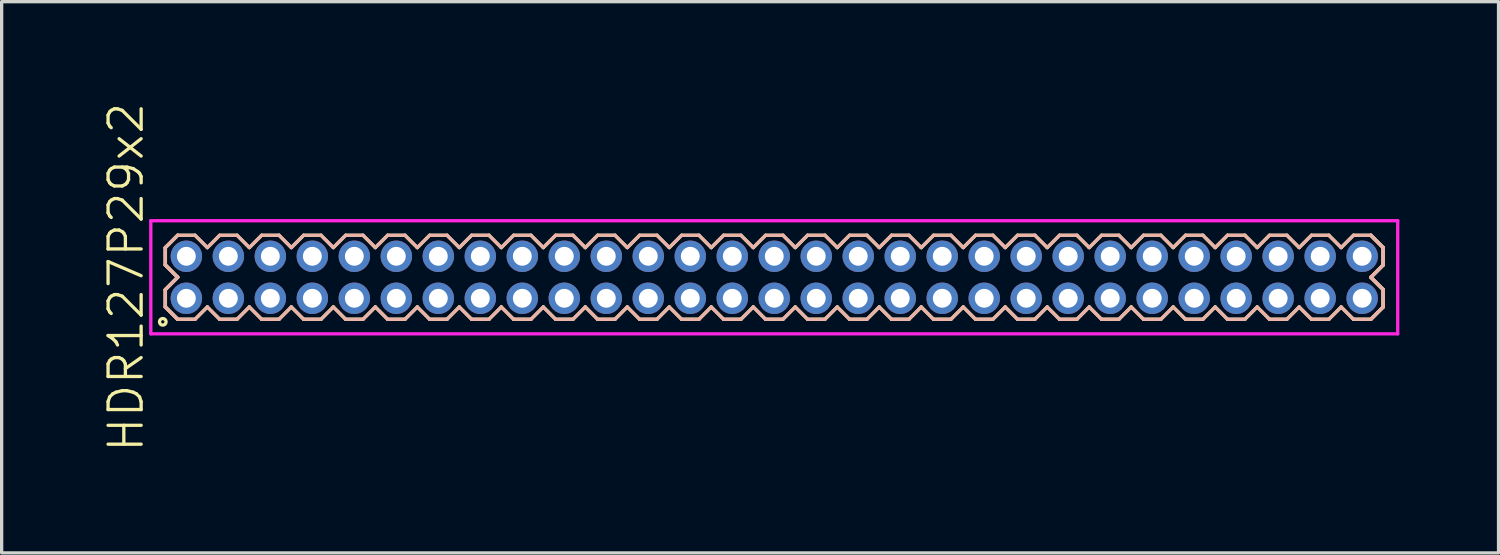
<source format=kicad_pcb>
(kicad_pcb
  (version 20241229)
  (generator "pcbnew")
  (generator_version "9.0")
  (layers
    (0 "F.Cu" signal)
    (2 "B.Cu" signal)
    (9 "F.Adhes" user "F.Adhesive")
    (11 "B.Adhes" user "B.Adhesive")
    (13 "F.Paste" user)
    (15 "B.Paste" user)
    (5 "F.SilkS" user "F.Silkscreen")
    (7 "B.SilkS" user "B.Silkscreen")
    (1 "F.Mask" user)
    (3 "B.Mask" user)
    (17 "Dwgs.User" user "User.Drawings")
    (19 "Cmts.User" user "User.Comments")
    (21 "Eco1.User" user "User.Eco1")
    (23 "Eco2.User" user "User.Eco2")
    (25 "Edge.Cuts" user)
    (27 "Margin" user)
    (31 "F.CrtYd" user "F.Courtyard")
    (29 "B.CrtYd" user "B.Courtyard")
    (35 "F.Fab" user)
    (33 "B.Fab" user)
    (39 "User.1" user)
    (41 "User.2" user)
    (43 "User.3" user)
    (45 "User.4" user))
  (footprint "HDR127P29x2"
    (layer "F.Cu")
    (at 20.366 5.336)
    (property "Reference" "HDR127P29x2" (at -19.605 0 90) (layer "F.SilkS") (effects (font (size 1 1) (thickness 0.1))))
    (attr through_hole)
    (fp_line (start -18.415 -0.898) (end -18.043 -1.27) (stroke (width 0.1) (type solid)) (layer "F.SilkS"))
    (fp_line (start -18.415 -0.898) (end -18.043 -1.27) (stroke (width 0.1) (type solid)) (layer "F.SilkS"))
    (fp_line (start -18.415 -0.372) (end -18.415 -0.898) (stroke (width 0.1) (type solid)) (layer "F.SilkS"))
    (fp_line (start -18.415 -0.372) (end -18.415 -0.898) (stroke (width 0.1) (type solid)) (layer "F.SilkS"))
    (fp_line (start -18.415 0.372) (end -18.043 0) (stroke (width 0.1) (type solid)) (layer "F.SilkS"))
    (fp_line (start -18.415 0.372) (end -18.043 0) (stroke (width 0.1) (type solid)) (layer "F.SilkS"))
    (fp_line (start -18.415 0.898) (end -18.415 0.372) (stroke (width 0.1) (type solid)) (layer "F.SilkS"))
    (fp_line (start -18.415 0.898) (end -18.415 0.372) (stroke (width 0.1) (type solid)) (layer "F.SilkS"))
    (fp_line (start -18.043 -1.27) (end -17.517 -1.27) (stroke (width 0.1) (type solid)) (layer "F.SilkS"))
    (fp_line (start -18.043 0) (end -18.415 -0.372) (stroke (width 0.1) (type solid)) (layer "F.SilkS"))
    (fp_line (start -18.043 0) (end -18.415 -0.372) (stroke (width 0.1) (type solid)) (layer "F.SilkS"))
    (fp_line (start -18.043 1.27) (end -18.415 0.898) (stroke (width 0.1) (type solid)) (layer "F.SilkS"))
    (fp_line (start -18.043 1.27) (end -18.415 0.898) (stroke (width 0.1) (type solid)) (layer "F.SilkS"))
    (fp_line (start -17.517 -1.27) (end -17.145 -0.898) (stroke (width 0.1) (type solid)) (layer "F.SilkS"))
    (fp_line (start -17.517 1.27) (end -18.043 1.27) (stroke (width 0.1) (type solid)) (layer "F.SilkS"))
    (fp_line (start -17.145 -0.898) (end -16.773 -1.27) (stroke (width 0.1) (type solid)) (layer "F.SilkS"))
    (fp_line (start -17.145 0.898) (end -17.517 1.27) (stroke (width 0.1) (type solid)) (layer "F.SilkS"))
    (fp_line (start -16.773 -1.27) (end -16.247 -1.27) (stroke (width 0.1) (type solid)) (layer "F.SilkS"))
    (fp_line (start -16.773 1.27) (end -17.145 0.898) (stroke (width 0.1) (type solid)) (layer "F.SilkS"))
    (fp_line (start -16.247 -1.27) (end -15.875 -0.898) (stroke (width 0.1) (type solid)) (layer "F.SilkS"))
    (fp_line (start -16.247 1.27) (end -16.773 1.27) (stroke (width 0.1) (type solid)) (layer "F.SilkS"))
    (fp_line (start -15.875 -0.898) (end -15.503 -1.27) (stroke (width 0.1) (type solid)) (layer "F.SilkS"))
    (fp_line (start -15.875 0.898) (end -16.247 1.27) (stroke (width 0.1) (type solid)) (layer "F.SilkS"))
    (fp_line (start -15.503 -1.27) (end -14.977 -1.27) (stroke (width 0.1) (type solid)) (layer "F.SilkS"))
    (fp_line (start -15.503 1.27) (end -15.875 0.898) (stroke (width 0.1) (type solid)) (layer "F.SilkS"))
    (fp_line (start -14.977 -1.27) (end -14.605 -0.898) (stroke (width 0.1) (type solid)) (layer "F.SilkS"))
    (fp_line (start -14.977 1.27) (end -15.503 1.27) (stroke (width 0.1) (type solid)) (layer "F.SilkS"))
    (fp_line (start -14.605 -0.898) (end -14.233 -1.27) (stroke (width 0.1) (type solid)) (layer "F.SilkS"))
    (fp_line (start -14.605 0.898) (end -14.977 1.27) (stroke (width 0.1) (type solid)) (layer "F.SilkS"))
    (fp_line (start -14.233 -1.27) (end -13.707 -1.27) (stroke (width 0.1) (type solid)) (layer "F.SilkS"))
    (fp_line (start -14.233 1.27) (end -14.605 0.898) (stroke (width 0.1) (type solid)) (layer "F.SilkS"))
    (fp_line (start -13.707 -1.27) (end -13.335 -0.898) (stroke (width 0.1) (type solid)) (layer "F.SilkS"))
    (fp_line (start -13.707 1.27) (end -14.233 1.27) (stroke (width 0.1) (type solid)) (layer "F.SilkS"))
    (fp_line (start -13.335 -0.898) (end -12.963 -1.27) (stroke (width 0.1) (type solid)) (layer "F.SilkS"))
    (fp_line (start -13.335 0.898) (end -13.707 1.27) (stroke (width 0.1) (type solid)) (layer "F.SilkS"))
    (fp_line (start -12.963 -1.27) (end -12.437 -1.27) (stroke (width 0.1) (type solid)) (layer "F.SilkS"))
    (fp_line (start -12.963 1.27) (end -13.335 0.898) (stroke (width 0.1) (type solid)) (layer "F.SilkS"))
    (fp_line (start -12.437 -1.27) (end -12.065 -0.898) (stroke (width 0.1) (type solid)) (layer "F.SilkS"))
    (fp_line (start -12.437 1.27) (end -12.963 1.27) (stroke (width 0.1) (type solid)) (layer "F.SilkS"))
    (fp_line (start -12.065 -0.898) (end -11.693 -1.27) (stroke (width 0.1) (type solid)) (layer "F.SilkS"))
    (fp_line (start -12.065 0.898) (end -12.437 1.27) (stroke (width 0.1) (type solid)) (layer "F.SilkS"))
    (fp_line (start -11.693 -1.27) (end -11.167 -1.27) (stroke (width 0.1) (type solid)) (layer "F.SilkS"))
    (fp_line (start -11.693 1.27) (end -12.065 0.898) (stroke (width 0.1) (type solid)) (layer "F.SilkS"))
    (fp_line (start -11.167 -1.27) (end -10.795 -0.898) (stroke (width 0.1) (type solid)) (layer "F.SilkS"))
    (fp_line (start -11.167 1.27) (end -11.693 1.27) (stroke (width 0.1) (type solid)) (layer "F.SilkS"))
    (fp_line (start -10.795 -0.898) (end -10.423 -1.27) (stroke (width 0.1) (type solid)) (layer "F.SilkS"))
    (fp_line (start -10.795 0.898) (end -11.167 1.27) (stroke (width 0.1) (type solid)) (layer "F.SilkS"))
    (fp_line (start -10.423 -1.27) (end -9.897 -1.27) (stroke (width 0.1) (type solid)) (layer "F.SilkS"))
    (fp_line (start -10.423 1.27) (end -10.795 0.898) (stroke (width 0.1) (type solid)) (layer "F.SilkS"))
    (fp_line (start -9.897 -1.27) (end -9.525 -0.898) (stroke (width 0.1) (type solid)) (layer "F.SilkS"))
    (fp_line (start -9.897 1.27) (end -10.423 1.27) (stroke (width 0.1) (type solid)) (layer "F.SilkS"))
    (fp_line (start -9.525 -0.898) (end -9.153 -1.27) (stroke (width 0.1) (type solid)) (layer "F.SilkS"))
    (fp_line (start -9.525 0.898) (end -9.897 1.27) (stroke (width 0.1) (type solid)) (layer "F.SilkS"))
    (fp_line (start -9.153 -1.27) (end -8.627 -1.27) (stroke (width 0.1) (type solid)) (layer "F.SilkS"))
    (fp_line (start -9.153 1.27) (end -9.525 0.898) (stroke (width 0.1) (type solid)) (layer "F.SilkS"))
    (fp_line (start -8.627 -1.27) (end -8.255 -0.898) (stroke (width 0.1) (type solid)) (layer "F.SilkS"))
    (fp_line (start -8.627 1.27) (end -9.153 1.27) (stroke (width 0.1) (type solid)) (layer "F.SilkS"))
    (fp_line (start -8.255 -0.898) (end -7.883 -1.27) (stroke (width 0.1) (type solid)) (layer "F.SilkS"))
    (fp_line (start -8.255 0.898) (end -8.627 1.27) (stroke (width 0.1) (type solid)) (layer "F.SilkS"))
    (fp_line (start -7.883 -1.27) (end -7.357 -1.27) (stroke (width 0.1) (type solid)) (layer "F.SilkS"))
    (fp_line (start -7.883 1.27) (end -8.255 0.898) (stroke (width 0.1) (type solid)) (layer "F.SilkS"))
    (fp_line (start -7.357 -1.27) (end -6.985 -0.898) (stroke (width 0.1) (type solid)) (layer "F.SilkS"))
    (fp_line (start -7.357 1.27) (end -7.883 1.27) (stroke (width 0.1) (type solid)) (layer "F.SilkS"))
    (fp_line (start -6.985 -0.898) (end -6.613 -1.27) (stroke (width 0.1) (type solid)) (layer "F.SilkS"))
    (fp_line (start -6.985 0.898) (end -7.357 1.27) (stroke (width 0.1) (type solid)) (layer "F.SilkS"))
    (fp_line (start -6.613 -1.27) (end -6.087 -1.27) (stroke (width 0.1) (type solid)) (layer "F.SilkS"))
    (fp_line (start -6.613 1.27) (end -6.985 0.898) (stroke (width 0.1) (type solid)) (layer "F.SilkS"))
    (fp_line (start -6.087 -1.27) (end -5.715 -0.898) (stroke (width 0.1) (type solid)) (layer "F.SilkS"))
    (fp_line (start -6.087 1.27) (end -6.613 1.27) (stroke (width 0.1) (type solid)) (layer "F.SilkS"))
    (fp_line (start -5.715 -0.898) (end -5.343 -1.27) (stroke (width 0.1) (type solid)) (layer "F.SilkS"))
    (fp_line (start -5.715 0.898) (end -6.087 1.27) (stroke (width 0.1) (type solid)) (layer "F.SilkS"))
    (fp_line (start -5.343 -1.27) (end -4.817 -1.27) (stroke (width 0.1) (type solid)) (layer "F.SilkS"))
    (fp_line (start -5.343 1.27) (end -5.715 0.898) (stroke (width 0.1) (type solid)) (layer "F.SilkS"))
    (fp_line (start -4.817 -1.27) (end -4.445 -0.898) (stroke (width 0.1) (type solid)) (layer "F.SilkS"))
    (fp_line (start -4.817 1.27) (end -5.343 1.27) (stroke (width 0.1) (type solid)) (layer "F.SilkS"))
    (fp_line (start -4.445 -0.898) (end -4.073 -1.27) (stroke (width 0.1) (type solid)) (layer "F.SilkS"))
    (fp_line (start -4.445 0.898) (end -4.817 1.27) (stroke (width 0.1) (type solid)) (layer "F.SilkS"))
    (fp_line (start -4.073 -1.27) (end -3.547 -1.27) (stroke (width 0.1) (type solid)) (layer "F.SilkS"))
    (fp_line (start -4.073 1.27) (end -4.445 0.898) (stroke (width 0.1) (type solid)) (layer "F.SilkS"))
    (fp_line (start -3.547 -1.27) (end -3.175 -0.898) (stroke (width 0.1) (type solid)) (layer "F.SilkS"))
    (fp_line (start -3.547 1.27) (end -4.073 1.27) (stroke (width 0.1) (type solid)) (layer "F.SilkS"))
    (fp_line (start -3.175 -0.898) (end -2.803 -1.27) (stroke (width 0.1) (type solid)) (layer "F.SilkS"))
    (fp_line (start -3.175 0.898) (end -3.547 1.27) (stroke (width 0.1) (type solid)) (layer "F.SilkS"))
    (fp_line (start -2.803 -1.27) (end -2.277 -1.27) (stroke (width 0.1) (type solid)) (layer "F.SilkS"))
    (fp_line (start -2.803 1.27) (end -3.175 0.898) (stroke (width 0.1) (type solid)) (layer "F.SilkS"))
    (fp_line (start -2.277 -1.27) (end -1.905 -0.898) (stroke (width 0.1) (type solid)) (layer "F.SilkS"))
    (fp_line (start -2.277 1.27) (end -2.803 1.27) (stroke (width 0.1) (type solid)) (layer "F.SilkS"))
    (fp_line (start -1.905 -0.898) (end -1.533 -1.27) (stroke (width 0.1) (type solid)) (layer "F.SilkS"))
    (fp_line (start -1.905 0.898) (end -2.277 1.27) (stroke (width 0.1) (type solid)) (layer "F.SilkS"))
    (fp_line (start -1.533 -1.27) (end -1.007 -1.27) (stroke (width 0.1) (type solid)) (layer "F.SilkS"))
    (fp_line (start -1.533 1.27) (end -1.905 0.898) (stroke (width 0.1) (type solid)) (layer "F.SilkS"))
    (fp_line (start -1.007 -1.27) (end -0.635 -0.898) (stroke (width 0.1) (type solid)) (layer "F.SilkS"))
    (fp_line (start -1.007 1.27) (end -1.533 1.27) (stroke (width 0.1) (type solid)) (layer "F.SilkS"))
    (fp_line (start -0.635 -0.898) (end -0.263 -1.27) (stroke (width 0.1) (type solid)) (layer "F.SilkS"))
    (fp_line (start -0.635 0.898) (end -1.007 1.27) (stroke (width 0.1) (type solid)) (layer "F.SilkS"))
    (fp_line (start -0.263 -1.27) (end 0.263 -1.27) (stroke (width 0.1) (type solid)) (layer "F.SilkS"))
    (fp_line (start -0.263 1.27) (end -0.635 0.898) (stroke (width 0.1) (type solid)) (layer "F.SilkS"))
    (fp_line (start 0.263 -1.27) (end 0.635 -0.898) (stroke (width 0.1) (type solid)) (layer "F.SilkS"))
    (fp_line (start 0.263 1.27) (end -0.263 1.27) (stroke (width 0.1) (type solid)) (layer "F.SilkS"))
    (fp_line (start 0.635 -0.898) (end 1.007 -1.27) (stroke (width 0.1) (type solid)) (layer "F.SilkS"))
    (fp_line (start 0.635 0.898) (end 0.263 1.27) (stroke (width 0.1) (type solid)) (layer "F.SilkS"))
    (fp_line (start 1.007 -1.27) (end 1.533 -1.27) (stroke (width 0.1) (type solid)) (layer "F.SilkS"))
    (fp_line (start 1.007 1.27) (end 0.635 0.898) (stroke (width 0.1) (type solid)) (layer "F.SilkS"))
    (fp_line (start 1.533 -1.27) (end 1.905 -0.898) (stroke (width 0.1) (type solid)) (layer "F.SilkS"))
    (fp_line (start 1.533 1.27) (end 1.007 1.27) (stroke (width 0.1) (type solid)) (layer "F.SilkS"))
    (fp_line (start 1.905 -0.898) (end 2.277 -1.27) (stroke (width 0.1) (type solid)) (layer "F.SilkS"))
    (fp_line (start 1.905 0.898) (end 1.533 1.27) (stroke (width 0.1) (type solid)) (layer "F.SilkS"))
    (fp_line (start 2.277 -1.27) (end 2.803 -1.27) (stroke (width 0.1) (type solid)) (layer "F.SilkS"))
    (fp_line (start 2.277 1.27) (end 1.905 0.898) (stroke (width 0.1) (type solid)) (layer "F.SilkS"))
    (fp_line (start 2.803 -1.27) (end 3.175 -0.898) (stroke (width 0.1) (type solid)) (layer "F.SilkS"))
    (fp_line (start 2.803 1.27) (end 2.277 1.27) (stroke (width 0.1) (type solid)) (layer "F.SilkS"))
    (fp_line (start 3.175 -0.898) (end 3.547 -1.27) (stroke (width 0.1) (type solid)) (layer "F.SilkS"))
    (fp_line (start 3.175 0.898) (end 2.803 1.27) (stroke (width 0.1) (type solid)) (layer "F.SilkS"))
    (fp_line (start 3.547 -1.27) (end 4.073 -1.27) (stroke (width 0.1) (type solid)) (layer "F.SilkS"))
    (fp_line (start 3.547 1.27) (end 3.175 0.898) (stroke (width 0.1) (type solid)) (layer "F.SilkS"))
    (fp_line (start 4.073 -1.27) (end 4.445 -0.898) (stroke (width 0.1) (type solid)) (layer "F.SilkS"))
    (fp_line (start 4.073 1.27) (end 3.547 1.27) (stroke (width 0.1) (type solid)) (layer "F.SilkS"))
    (fp_line (start 4.445 -0.898) (end 4.817 -1.27) (stroke (width 0.1) (type solid)) (layer "F.SilkS"))
    (fp_line (start 4.445 0.898) (end 4.073 1.27) (stroke (width 0.1) (type solid)) (layer "F.SilkS"))
    (fp_line (start 4.817 -1.27) (end 5.343 -1.27) (stroke (width 0.1) (type solid)) (layer "F.SilkS"))
    (fp_line (start 4.817 1.27) (end 4.445 0.898) (stroke (width 0.1) (type solid)) (layer "F.SilkS"))
    (fp_line (start 5.343 -1.27) (end 5.715 -0.898) (stroke (width 0.1) (type solid)) (layer "F.SilkS"))
    (fp_line (start 5.343 1.27) (end 4.817 1.27) (stroke (width 0.1) (type solid)) (layer "F.SilkS"))
    (fp_line (start 5.715 -0.898) (end 6.087 -1.27) (stroke (width 0.1) (type solid)) (layer "F.SilkS"))
    (fp_line (start 5.715 0.898) (end 5.343 1.27) (stroke (width 0.1) (type solid)) (layer "F.SilkS"))
    (fp_line (start 6.087 -1.27) (end 6.613 -1.27) (stroke (width 0.1) (type solid)) (layer "F.SilkS"))
    (fp_line (start 6.087 1.27) (end 5.715 0.898) (stroke (width 0.1) (type solid)) (layer "F.SilkS"))
    (fp_line (start 6.613 -1.27) (end 6.985 -0.898) (stroke (width 0.1) (type solid)) (layer "F.SilkS"))
    (fp_line (start 6.613 1.27) (end 6.087 1.27) (stroke (width 0.1) (type solid)) (layer "F.SilkS"))
    (fp_line (start 6.985 -0.898) (end 7.357 -1.27) (stroke (width 0.1) (type solid)) (layer "F.SilkS"))
    (fp_line (start 6.985 0.898) (end 6.613 1.27) (stroke (width 0.1) (type solid)) (layer "F.SilkS"))
    (fp_line (start 7.357 -1.27) (end 7.883 -1.27) (stroke (width 0.1) (type solid)) (layer "F.SilkS"))
    (fp_line (start 7.357 1.27) (end 6.985 0.898) (stroke (width 0.1) (type solid)) (layer "F.SilkS"))
    (fp_line (start 7.883 -1.27) (end 8.255 -0.898) (stroke (width 0.1) (type solid)) (layer "F.SilkS"))
    (fp_line (start 7.883 1.27) (end 7.357 1.27) (stroke (width 0.1) (type solid)) (layer "F.SilkS"))
    (fp_line (start 8.255 -0.898) (end 8.627 -1.27) (stroke (width 0.1) (type solid)) (layer "F.SilkS"))
    (fp_line (start 8.255 0.898) (end 7.883 1.27) (stroke (width 0.1) (type solid)) (layer "F.SilkS"))
    (fp_line (start 8.627 -1.27) (end 9.153 -1.27) (stroke (width 0.1) (type solid)) (layer "F.SilkS"))
    (fp_line (start 8.627 1.27) (end 8.255 0.898) (stroke (width 0.1) (type solid)) (layer "F.SilkS"))
    (fp_line (start 9.153 -1.27) (end 9.525 -0.898) (stroke (width 0.1) (type solid)) (layer "F.SilkS"))
    (fp_line (start 9.153 1.27) (end 8.627 1.27) (stroke (width 0.1) (type solid)) (layer "F.SilkS"))
    (fp_line (start 9.525 -0.898) (end 9.897 -1.27) (stroke (width 0.1) (type solid)) (layer "F.SilkS"))
    (fp_line (start 9.525 0.898) (end 9.153 1.27) (stroke (width 0.1) (type solid)) (layer "F.SilkS"))
    (fp_line (start 9.897 -1.27) (end 10.423 -1.27) (stroke (width 0.1) (type solid)) (layer "F.SilkS"))
    (fp_line (start 9.897 1.27) (end 9.525 0.898) (stroke (width 0.1) (type solid)) (layer "F.SilkS"))
    (fp_line (start 10.423 -1.27) (end 10.795 -0.898) (stroke (width 0.1) (type solid)) (layer "F.SilkS"))
    (fp_line (start 10.423 1.27) (end 9.897 1.27) (stroke (width 0.1) (type solid)) (layer "F.SilkS"))
    (fp_line (start 10.795 -0.898) (end 11.167 -1.27) (stroke (width 0.1) (type solid)) (layer "F.SilkS"))
    (fp_line (start 10.795 0.898) (end 10.423 1.27) (stroke (width 0.1) (type solid)) (layer "F.SilkS"))
    (fp_line (start 11.167 -1.27) (end 11.693 -1.27) (stroke (width 0.1) (type solid)) (layer "F.SilkS"))
    (fp_line (start 11.167 1.27) (end 10.795 0.898) (stroke (width 0.1) (type solid)) (layer "F.SilkS"))
    (fp_line (start 11.693 -1.27) (end 12.065 -0.898) (stroke (width 0.1) (type solid)) (layer "F.SilkS"))
    (fp_line (start 11.693 1.27) (end 11.167 1.27) (stroke (width 0.1) (type solid)) (layer "F.SilkS"))
    (fp_line (start 12.065 -0.898) (end 12.437 -1.27) (stroke (width 0.1) (type solid)) (layer "F.SilkS"))
    (fp_line (start 12.065 0.898) (end 11.693 1.27) (stroke (width 0.1) (type solid)) (layer "F.SilkS"))
    (fp_line (start 12.437 -1.27) (end 12.963 -1.27) (stroke (width 0.1) (type solid)) (layer "F.SilkS"))
    (fp_line (start 12.437 1.27) (end 12.065 0.898) (stroke (width 0.1) (type solid)) (layer "F.SilkS"))
    (fp_line (start 12.963 -1.27) (end 13.335 -0.898) (stroke (width 0.1) (type solid)) (layer "F.SilkS"))
    (fp_line (start 12.963 1.27) (end 12.437 1.27) (stroke (width 0.1) (type solid)) (layer "F.SilkS"))
    (fp_line (start 13.335 -0.898) (end 13.707 -1.27) (stroke (width 0.1) (type solid)) (layer "F.SilkS"))
    (fp_line (start 13.335 0.898) (end 12.963 1.27) (stroke (width 0.1) (type solid)) (layer "F.SilkS"))
    (fp_line (start 13.707 -1.27) (end 14.233 -1.27) (stroke (width 0.1) (type solid)) (layer "F.SilkS"))
    (fp_line (start 13.707 1.27) (end 13.335 0.898) (stroke (width 0.1) (type solid)) (layer "F.SilkS"))
    (fp_line (start 14.233 -1.27) (end 14.605 -0.898) (stroke (width 0.1) (type solid)) (layer "F.SilkS"))
    (fp_line (start 14.233 1.27) (end 13.707 1.27) (stroke (width 0.1) (type solid)) (layer "F.SilkS"))
    (fp_line (start 14.605 -0.898) (end 14.977 -1.27) (stroke (width 0.1) (type solid)) (layer "F.SilkS"))
    (fp_line (start 14.605 0.898) (end 14.233 1.27) (stroke (width 0.1) (type solid)) (layer "F.SilkS"))
    (fp_line (start 14.977 -1.27) (end 15.503 -1.27) (stroke (width 0.1) (type solid)) (layer "F.SilkS"))
    (fp_line (start 14.977 1.27) (end 14.605 0.898) (stroke (width 0.1) (type solid)) (layer "F.SilkS"))
    (fp_line (start 15.503 -1.27) (end 15.875 -0.898) (stroke (width 0.1) (type solid)) (layer "F.SilkS"))
    (fp_line (start 15.503 1.27) (end 14.977 1.27) (stroke (width 0.1) (type solid)) (layer "F.SilkS"))
    (fp_line (start 15.875 -0.898) (end 16.247 -1.27) (stroke (width 0.1) (type solid)) (layer "F.SilkS"))
    (fp_line (start 15.875 0.898) (end 15.503 1.27) (stroke (width 0.1) (type solid)) (layer "F.SilkS"))
    (fp_line (start 16.247 -1.27) (end 16.773 -1.27) (stroke (width 0.1) (type solid)) (layer "F.SilkS"))
    (fp_line (start 16.247 1.27) (end 15.875 0.898) (stroke (width 0.1) (type solid)) (layer "F.SilkS"))
    (fp_line (start 16.773 -1.27) (end 17.145 -0.898) (stroke (width 0.1) (type solid)) (layer "F.SilkS"))
    (fp_line (start 16.773 1.27) (end 16.247 1.27) (stroke (width 0.1) (type solid)) (layer "F.SilkS"))
    (fp_line (start 17.145 -0.898) (end 17.517 -1.27) (stroke (width 0.1) (type solid)) (layer "F.SilkS"))
    (fp_line (start 17.145 0.898) (end 16.773 1.27) (stroke (width 0.1) (type solid)) (layer "F.SilkS"))
    (fp_line (start 17.517 -1.27) (end 18.043 -1.27) (stroke (width 0.1) (type solid)) (layer "F.SilkS"))
    (fp_line (start 17.517 1.27) (end 17.145 0.898) (stroke (width 0.1) (type solid)) (layer "F.SilkS"))
    (fp_line (start 18.043 -1.27) (end 18.415 -0.898) (stroke (width 0.1) (type solid)) (layer "F.SilkS"))
    (fp_line (start 18.043 -1.27) (end 18.415 -0.898) (stroke (width 0.1) (type solid)) (layer "F.SilkS"))
    (fp_line (start 18.043 0) (end 18.415 0.372) (stroke (width 0.1) (type solid)) (layer "F.SilkS"))
    (fp_line (start 18.043 0) (end 18.415 0.372) (stroke (width 0.1) (type solid)) (layer "F.SilkS"))
    (fp_line (start 18.043 1.27) (end 17.517 1.27) (stroke (width 0.1) (type solid)) (layer "F.SilkS"))
    (fp_line (start 18.415 -0.898) (end 18.415 -0.372) (stroke (width 0.1) (type solid)) (layer "F.SilkS"))
    (fp_line (start 18.415 -0.898) (end 18.415 -0.372) (stroke (width 0.1) (type solid)) (layer "F.SilkS"))
    (fp_line (start 18.415 -0.372) (end 18.043 0) (stroke (width 0.1) (type solid)) (layer "F.SilkS"))
    (fp_line (start 18.415 -0.372) (end 18.043 0) (stroke (width 0.1) (type solid)) (layer "F.SilkS"))
    (fp_line (start 18.415 0.372) (end 18.415 0.898) (stroke (width 0.1) (type solid)) (layer "F.SilkS"))
    (fp_line (start 18.415 0.372) (end 18.415 0.898) (stroke (width 0.1) (type solid)) (layer "F.SilkS"))
    (fp_line (start 18.415 0.898) (end 18.043 1.27) (stroke (width 0.1) (type solid)) (layer "F.SilkS"))
    (fp_line (start 18.415 0.898) (end 18.043 1.27) (stroke (width 0.1) (type solid)) (layer "F.SilkS"))
    (fp_circle (center -18.493 1.347) (end -18.393 1.347) (stroke (width 0.1) (type solid)) (fill no) (layer "F.SilkS"))
    (fp_line (start -18.415 -0.898) (end -18.043 -1.27) (stroke (width 0.1) (type solid)) (layer "B.SilkS"))
    (fp_line (start -18.415 -0.898) (end -18.043 -1.27) (stroke (width 0.1) (type solid)) (layer "B.SilkS"))
    (fp_line (start -18.415 -0.372) (end -18.415 -0.898) (stroke (width 0.1) (type solid)) (layer "B.SilkS"))
    (fp_line (start -18.415 -0.372) (end -18.415 -0.898) (stroke (width 0.1) (type solid)) (layer "B.SilkS"))
    (fp_line (start -18.415 0.372) (end -18.043 0) (stroke (width 0.1) (type solid)) (layer "B.SilkS"))
    (fp_line (start -18.415 0.372) (end -18.043 0) (stroke (width 0.1) (type solid)) (layer "B.SilkS"))
    (fp_line (start -18.415 0.898) (end -18.415 0.372) (stroke (width 0.1) (type solid)) (layer "B.SilkS"))
    (fp_line (start -18.415 0.898) (end -18.415 0.372) (stroke (width 0.1) (type solid)) (layer "B.SilkS"))
    (fp_line (start -18.043 -1.27) (end -17.517 -1.27) (stroke (width 0.1) (type solid)) (layer "B.SilkS"))
    (fp_line (start -18.043 0) (end -18.415 -0.372) (stroke (width 0.1) (type solid)) (layer "B.SilkS"))
    (fp_line (start -18.043 0) (end -18.415 -0.372) (stroke (width 0.1) (type solid)) (layer "B.SilkS"))
    (fp_line (start -18.043 1.27) (end -18.415 0.898) (stroke (width 0.1) (type solid)) (layer "B.SilkS"))
    (fp_line (start -18.043 1.27) (end -18.415 0.898) (stroke (width 0.1) (type solid)) (layer "B.SilkS"))
    (fp_line (start -17.517 -1.27) (end -17.145 -0.898) (stroke (width 0.1) (type solid)) (layer "B.SilkS"))
    (fp_line (start -17.517 1.27) (end -18.043 1.27) (stroke (width 0.1) (type solid)) (layer "B.SilkS"))
    (fp_line (start -17.145 -0.898) (end -16.773 -1.27) (stroke (width 0.1) (type solid)) (layer "B.SilkS"))
    (fp_line (start -17.145 0.898) (end -17.517 1.27) (stroke (width 0.1) (type solid)) (layer "B.SilkS"))
    (fp_line (start -16.773 -1.27) (end -16.247 -1.27) (stroke (width 0.1) (type solid)) (layer "B.SilkS"))
    (fp_line (start -16.773 1.27) (end -17.145 0.898) (stroke (width 0.1) (type solid)) (layer "B.SilkS"))
    (fp_line (start -16.247 -1.27) (end -15.875 -0.898) (stroke (width 0.1) (type solid)) (layer "B.SilkS"))
    (fp_line (start -16.247 1.27) (end -16.773 1.27) (stroke (width 0.1) (type solid)) (layer "B.SilkS"))
    (fp_line (start -15.875 -0.898) (end -15.503 -1.27) (stroke (width 0.1) (type solid)) (layer "B.SilkS"))
    (fp_line (start -15.875 0.898) (end -16.247 1.27) (stroke (width 0.1) (type solid)) (layer "B.SilkS"))
    (fp_line (start -15.503 -1.27) (end -14.977 -1.27) (stroke (width 0.1) (type solid)) (layer "B.SilkS"))
    (fp_line (start -15.503 1.27) (end -15.875 0.898) (stroke (width 0.1) (type solid)) (layer "B.SilkS"))
    (fp_line (start -14.977 -1.27) (end -14.605 -0.898) (stroke (width 0.1) (type solid)) (layer "B.SilkS"))
    (fp_line (start -14.977 1.27) (end -15.503 1.27) (stroke (width 0.1) (type solid)) (layer "B.SilkS"))
    (fp_line (start -14.605 -0.898) (end -14.233 -1.27) (stroke (width 0.1) (type solid)) (layer "B.SilkS"))
    (fp_line (start -14.605 0.898) (end -14.977 1.27) (stroke (width 0.1) (type solid)) (layer "B.SilkS"))
    (fp_line (start -14.233 -1.27) (end -13.707 -1.27) (stroke (width 0.1) (type solid)) (layer "B.SilkS"))
    (fp_line (start -14.233 1.27) (end -14.605 0.898) (stroke (width 0.1) (type solid)) (layer "B.SilkS"))
    (fp_line (start -13.707 -1.27) (end -13.335 -0.898) (stroke (width 0.1) (type solid)) (layer "B.SilkS"))
    (fp_line (start -13.707 1.27) (end -14.233 1.27) (stroke (width 0.1) (type solid)) (layer "B.SilkS"))
    (fp_line (start -13.335 -0.898) (end -12.963 -1.27) (stroke (width 0.1) (type solid)) (layer "B.SilkS"))
    (fp_line (start -13.335 0.898) (end -13.707 1.27) (stroke (width 0.1) (type solid)) (layer "B.SilkS"))
    (fp_line (start -12.963 -1.27) (end -12.437 -1.27) (stroke (width 0.1) (type solid)) (layer "B.SilkS"))
    (fp_line (start -12.963 1.27) (end -13.335 0.898) (stroke (width 0.1) (type solid)) (layer "B.SilkS"))
    (fp_line (start -12.437 -1.27) (end -12.065 -0.898) (stroke (width 0.1) (type solid)) (layer "B.SilkS"))
    (fp_line (start -12.437 1.27) (end -12.963 1.27) (stroke (width 0.1) (type solid)) (layer "B.SilkS"))
    (fp_line (start -12.065 -0.898) (end -11.693 -1.27) (stroke (width 0.1) (type solid)) (layer "B.SilkS"))
    (fp_line (start -12.065 0.898) (end -12.437 1.27) (stroke (width 0.1) (type solid)) (layer "B.SilkS"))
    (fp_line (start -11.693 -1.27) (end -11.167 -1.27) (stroke (width 0.1) (type solid)) (layer "B.SilkS"))
    (fp_line (start -11.693 1.27) (end -12.065 0.898) (stroke (width 0.1) (type solid)) (layer "B.SilkS"))
    (fp_line (start -11.167 -1.27) (end -10.795 -0.898) (stroke (width 0.1) (type solid)) (layer "B.SilkS"))
    (fp_line (start -11.167 1.27) (end -11.693 1.27) (stroke (width 0.1) (type solid)) (layer "B.SilkS"))
    (fp_line (start -10.795 -0.898) (end -10.423 -1.27) (stroke (width 0.1) (type solid)) (layer "B.SilkS"))
    (fp_line (start -10.795 0.898) (end -11.167 1.27) (stroke (width 0.1) (type solid)) (layer "B.SilkS"))
    (fp_line (start -10.423 -1.27) (end -9.897 -1.27) (stroke (width 0.1) (type solid)) (layer "B.SilkS"))
    (fp_line (start -10.423 1.27) (end -10.795 0.898) (stroke (width 0.1) (type solid)) (layer "B.SilkS"))
    (fp_line (start -9.897 -1.27) (end -9.525 -0.898) (stroke (width 0.1) (type solid)) (layer "B.SilkS"))
    (fp_line (start -9.897 1.27) (end -10.423 1.27) (stroke (width 0.1) (type solid)) (layer "B.SilkS"))
    (fp_line (start -9.525 -0.898) (end -9.153 -1.27) (stroke (width 0.1) (type solid)) (layer "B.SilkS"))
    (fp_line (start -9.525 0.898) (end -9.897 1.27) (stroke (width 0.1) (type solid)) (layer "B.SilkS"))
    (fp_line (start -9.153 -1.27) (end -8.627 -1.27) (stroke (width 0.1) (type solid)) (layer "B.SilkS"))
    (fp_line (start -9.153 1.27) (end -9.525 0.898) (stroke (width 0.1) (type solid)) (layer "B.SilkS"))
    (fp_line (start -8.627 -1.27) (end -8.255 -0.898) (stroke (width 0.1) (type solid)) (layer "B.SilkS"))
    (fp_line (start -8.627 1.27) (end -9.153 1.27) (stroke (width 0.1) (type solid)) (layer "B.SilkS"))
    (fp_line (start -8.255 -0.898) (end -7.883 -1.27) (stroke (width 0.1) (type solid)) (layer "B.SilkS"))
    (fp_line (start -8.255 0.898) (end -8.627 1.27) (stroke (width 0.1) (type solid)) (layer "B.SilkS"))
    (fp_line (start -7.883 -1.27) (end -7.357 -1.27) (stroke (width 0.1) (type solid)) (layer "B.SilkS"))
    (fp_line (start -7.883 1.27) (end -8.255 0.898) (stroke (width 0.1) (type solid)) (layer "B.SilkS"))
    (fp_line (start -7.357 -1.27) (end -6.985 -0.898) (stroke (width 0.1) (type solid)) (layer "B.SilkS"))
    (fp_line (start -7.357 1.27) (end -7.883 1.27) (stroke (width 0.1) (type solid)) (layer "B.SilkS"))
    (fp_line (start -6.985 -0.898) (end -6.613 -1.27) (stroke (width 0.1) (type solid)) (layer "B.SilkS"))
    (fp_line (start -6.985 0.898) (end -7.357 1.27) (stroke (width 0.1) (type solid)) (layer "B.SilkS"))
    (fp_line (start -6.613 -1.27) (end -6.087 -1.27) (stroke (width 0.1) (type solid)) (layer "B.SilkS"))
    (fp_line (start -6.613 1.27) (end -6.985 0.898) (stroke (width 0.1) (type solid)) (layer "B.SilkS"))
    (fp_line (start -6.087 -1.27) (end -5.715 -0.898) (stroke (width 0.1) (type solid)) (layer "B.SilkS"))
    (fp_line (start -6.087 1.27) (end -6.613 1.27) (stroke (width 0.1) (type solid)) (layer "B.SilkS"))
    (fp_line (start -5.715 -0.898) (end -5.343 -1.27) (stroke (width 0.1) (type solid)) (layer "B.SilkS"))
    (fp_line (start -5.715 0.898) (end -6.087 1.27) (stroke (width 0.1) (type solid)) (layer "B.SilkS"))
    (fp_line (start -5.343 -1.27) (end -4.817 -1.27) (stroke (width 0.1) (type solid)) (layer "B.SilkS"))
    (fp_line (start -5.343 1.27) (end -5.715 0.898) (stroke (width 0.1) (type solid)) (layer "B.SilkS"))
    (fp_line (start -4.817 -1.27) (end -4.445 -0.898) (stroke (width 0.1) (type solid)) (layer "B.SilkS"))
    (fp_line (start -4.817 1.27) (end -5.343 1.27) (stroke (width 0.1) (type solid)) (layer "B.SilkS"))
    (fp_line (start -4.445 -0.898) (end -4.073 -1.27) (stroke (width 0.1) (type solid)) (layer "B.SilkS"))
    (fp_line (start -4.445 0.898) (end -4.817 1.27) (stroke (width 0.1) (type solid)) (layer "B.SilkS"))
    (fp_line (start -4.073 -1.27) (end -3.547 -1.27) (stroke (width 0.1) (type solid)) (layer "B.SilkS"))
    (fp_line (start -4.073 1.27) (end -4.445 0.898) (stroke (width 0.1) (type solid)) (layer "B.SilkS"))
    (fp_line (start -3.547 -1.27) (end -3.175 -0.898) (stroke (width 0.1) (type solid)) (layer "B.SilkS"))
    (fp_line (start -3.547 1.27) (end -4.073 1.27) (stroke (width 0.1) (type solid)) (layer "B.SilkS"))
    (fp_line (start -3.175 -0.898) (end -2.803 -1.27) (stroke (width 0.1) (type solid)) (layer "B.SilkS"))
    (fp_line (start -3.175 0.898) (end -3.547 1.27) (stroke (width 0.1) (type solid)) (layer "B.SilkS"))
    (fp_line (start -2.803 -1.27) (end -2.277 -1.27) (stroke (width 0.1) (type solid)) (layer "B.SilkS"))
    (fp_line (start -2.803 1.27) (end -3.175 0.898) (stroke (width 0.1) (type solid)) (layer "B.SilkS"))
    (fp_line (start -2.277 -1.27) (end -1.905 -0.898) (stroke (width 0.1) (type solid)) (layer "B.SilkS"))
    (fp_line (start -2.277 1.27) (end -2.803 1.27) (stroke (width 0.1) (type solid)) (layer "B.SilkS"))
    (fp_line (start -1.905 -0.898) (end -1.533 -1.27) (stroke (width 0.1) (type solid)) (layer "B.SilkS"))
    (fp_line (start -1.905 0.898) (end -2.277 1.27) (stroke (width 0.1) (type solid)) (layer "B.SilkS"))
    (fp_line (start -1.533 -1.27) (end -1.007 -1.27) (stroke (width 0.1) (type solid)) (layer "B.SilkS"))
    (fp_line (start -1.533 1.27) (end -1.905 0.898) (stroke (width 0.1) (type solid)) (layer "B.SilkS"))
    (fp_line (start -1.007 -1.27) (end -0.635 -0.898) (stroke (width 0.1) (type solid)) (layer "B.SilkS"))
    (fp_line (start -1.007 1.27) (end -1.533 1.27) (stroke (width 0.1) (type solid)) (layer "B.SilkS"))
    (fp_line (start -0.635 -0.898) (end -0.263 -1.27) (stroke (width 0.1) (type solid)) (layer "B.SilkS"))
    (fp_line (start -0.635 0.898) (end -1.007 1.27) (stroke (width 0.1) (type solid)) (layer "B.SilkS"))
    (fp_line (start -0.263 -1.27) (end 0.263 -1.27) (stroke (width 0.1) (type solid)) (layer "B.SilkS"))
    (fp_line (start -0.263 1.27) (end -0.635 0.898) (stroke (width 0.1) (type solid)) (layer "B.SilkS"))
    (fp_line (start 0.263 -1.27) (end 0.635 -0.898) (stroke (width 0.1) (type solid)) (layer "B.SilkS"))
    (fp_line (start 0.263 1.27) (end -0.263 1.27) (stroke (width 0.1) (type solid)) (layer "B.SilkS"))
    (fp_line (start 0.635 -0.898) (end 1.007 -1.27) (stroke (width 0.1) (type solid)) (layer "B.SilkS"))
    (fp_line (start 0.635 0.898) (end 0.263 1.27) (stroke (width 0.1) (type solid)) (layer "B.SilkS"))
    (fp_line (start 1.007 -1.27) (end 1.533 -1.27) (stroke (width 0.1) (type solid)) (layer "B.SilkS"))
    (fp_line (start 1.007 1.27) (end 0.635 0.898) (stroke (width 0.1) (type solid)) (layer "B.SilkS"))
    (fp_line (start 1.533 -1.27) (end 1.905 -0.898) (stroke (width 0.1) (type solid)) (layer "B.SilkS"))
    (fp_line (start 1.533 1.27) (end 1.007 1.27) (stroke (width 0.1) (type solid)) (layer "B.SilkS"))
    (fp_line (start 1.905 -0.898) (end 2.277 -1.27) (stroke (width 0.1) (type solid)) (layer "B.SilkS"))
    (fp_line (start 1.905 0.898) (end 1.533 1.27) (stroke (width 0.1) (type solid)) (layer "B.SilkS"))
    (fp_line (start 2.277 -1.27) (end 2.803 -1.27) (stroke (width 0.1) (type solid)) (layer "B.SilkS"))
    (fp_line (start 2.277 1.27) (end 1.905 0.898) (stroke (width 0.1) (type solid)) (layer "B.SilkS"))
    (fp_line (start 2.803 -1.27) (end 3.175 -0.898) (stroke (width 0.1) (type solid)) (layer "B.SilkS"))
    (fp_line (start 2.803 1.27) (end 2.277 1.27) (stroke (width 0.1) (type solid)) (layer "B.SilkS"))
    (fp_line (start 3.175 -0.898) (end 3.547 -1.27) (stroke (width 0.1) (type solid)) (layer "B.SilkS"))
    (fp_line (start 3.175 0.898) (end 2.803 1.27) (stroke (width 0.1) (type solid)) (layer "B.SilkS"))
    (fp_line (start 3.547 -1.27) (end 4.073 -1.27) (stroke (width 0.1) (type solid)) (layer "B.SilkS"))
    (fp_line (start 3.547 1.27) (end 3.175 0.898) (stroke (width 0.1) (type solid)) (layer "B.SilkS"))
    (fp_line (start 4.073 -1.27) (end 4.445 -0.898) (stroke (width 0.1) (type solid)) (layer "B.SilkS"))
    (fp_line (start 4.073 1.27) (end 3.547 1.27) (stroke (width 0.1) (type solid)) (layer "B.SilkS"))
    (fp_line (start 4.445 -0.898) (end 4.817 -1.27) (stroke (width 0.1) (type solid)) (layer "B.SilkS"))
    (fp_line (start 4.445 0.898) (end 4.073 1.27) (stroke (width 0.1) (type solid)) (layer "B.SilkS"))
    (fp_line (start 4.817 -1.27) (end 5.343 -1.27) (stroke (width 0.1) (type solid)) (layer "B.SilkS"))
    (fp_line (start 4.817 1.27) (end 4.445 0.898) (stroke (width 0.1) (type solid)) (layer "B.SilkS"))
    (fp_line (start 5.343 -1.27) (end 5.715 -0.898) (stroke (width 0.1) (type solid)) (layer "B.SilkS"))
    (fp_line (start 5.343 1.27) (end 4.817 1.27) (stroke (width 0.1) (type solid)) (layer "B.SilkS"))
    (fp_line (start 5.715 -0.898) (end 6.087 -1.27) (stroke (width 0.1) (type solid)) (layer "B.SilkS"))
    (fp_line (start 5.715 0.898) (end 5.343 1.27) (stroke (width 0.1) (type solid)) (layer "B.SilkS"))
    (fp_line (start 6.087 -1.27) (end 6.613 -1.27) (stroke (width 0.1) (type solid)) (layer "B.SilkS"))
    (fp_line (start 6.087 1.27) (end 5.715 0.898) (stroke (width 0.1) (type solid)) (layer "B.SilkS"))
    (fp_line (start 6.613 -1.27) (end 6.985 -0.898) (stroke (width 0.1) (type solid)) (layer "B.SilkS"))
    (fp_line (start 6.613 1.27) (end 6.087 1.27) (stroke (width 0.1) (type solid)) (layer "B.SilkS"))
    (fp_line (start 6.985 -0.898) (end 7.357 -1.27) (stroke (width 0.1) (type solid)) (layer "B.SilkS"))
    (fp_line (start 6.985 0.898) (end 6.613 1.27) (stroke (width 0.1) (type solid)) (layer "B.SilkS"))
    (fp_line (start 7.357 -1.27) (end 7.883 -1.27) (stroke (width 0.1) (type solid)) (layer "B.SilkS"))
    (fp_line (start 7.357 1.27) (end 6.985 0.898) (stroke (width 0.1) (type solid)) (layer "B.SilkS"))
    (fp_line (start 7.883 -1.27) (end 8.255 -0.898) (stroke (width 0.1) (type solid)) (layer "B.SilkS"))
    (fp_line (start 7.883 1.27) (end 7.357 1.27) (stroke (width 0.1) (type solid)) (layer "B.SilkS"))
    (fp_line (start 8.255 -0.898) (end 8.627 -1.27) (stroke (width 0.1) (type solid)) (layer "B.SilkS"))
    (fp_line (start 8.255 0.898) (end 7.883 1.27) (stroke (width 0.1) (type solid)) (layer "B.SilkS"))
    (fp_line (start 8.627 -1.27) (end 9.153 -1.27) (stroke (width 0.1) (type solid)) (layer "B.SilkS"))
    (fp_line (start 8.627 1.27) (end 8.255 0.898) (stroke (width 0.1) (type solid)) (layer "B.SilkS"))
    (fp_line (start 9.153 -1.27) (end 9.525 -0.898) (stroke (width 0.1) (type solid)) (layer "B.SilkS"))
    (fp_line (start 9.153 1.27) (end 8.627 1.27) (stroke (width 0.1) (type solid)) (layer "B.SilkS"))
    (fp_line (start 9.525 -0.898) (end 9.897 -1.27) (stroke (width 0.1) (type solid)) (layer "B.SilkS"))
    (fp_line (start 9.525 0.898) (end 9.153 1.27) (stroke (width 0.1) (type solid)) (layer "B.SilkS"))
    (fp_line (start 9.897 -1.27) (end 10.423 -1.27) (stroke (width 0.1) (type solid)) (layer "B.SilkS"))
    (fp_line (start 9.897 1.27) (end 9.525 0.898) (stroke (width 0.1) (type solid)) (layer "B.SilkS"))
    (fp_line (start 10.423 -1.27) (end 10.795 -0.898) (stroke (width 0.1) (type solid)) (layer "B.SilkS"))
    (fp_line (start 10.423 1.27) (end 9.897 1.27) (stroke (width 0.1) (type solid)) (layer "B.SilkS"))
    (fp_line (start 10.795 -0.898) (end 11.167 -1.27) (stroke (width 0.1) (type solid)) (layer "B.SilkS"))
    (fp_line (start 10.795 0.898) (end 10.423 1.27) (stroke (width 0.1) (type solid)) (layer "B.SilkS"))
    (fp_line (start 11.167 -1.27) (end 11.693 -1.27) (stroke (width 0.1) (type solid)) (layer "B.SilkS"))
    (fp_line (start 11.167 1.27) (end 10.795 0.898) (stroke (width 0.1) (type solid)) (layer "B.SilkS"))
    (fp_line (start 11.693 -1.27) (end 12.065 -0.898) (stroke (width 0.1) (type solid)) (layer "B.SilkS"))
    (fp_line (start 11.693 1.27) (end 11.167 1.27) (stroke (width 0.1) (type solid)) (layer "B.SilkS"))
    (fp_line (start 12.065 -0.898) (end 12.437 -1.27) (stroke (width 0.1) (type solid)) (layer "B.SilkS"))
    (fp_line (start 12.065 0.898) (end 11.693 1.27) (stroke (width 0.1) (type solid)) (layer "B.SilkS"))
    (fp_line (start 12.437 -1.27) (end 12.963 -1.27) (stroke (width 0.1) (type solid)) (layer "B.SilkS"))
    (fp_line (start 12.437 1.27) (end 12.065 0.898) (stroke (width 0.1) (type solid)) (layer "B.SilkS"))
    (fp_line (start 12.963 -1.27) (end 13.335 -0.898) (stroke (width 0.1) (type solid)) (layer "B.SilkS"))
    (fp_line (start 12.963 1.27) (end 12.437 1.27) (stroke (width 0.1) (type solid)) (layer "B.SilkS"))
    (fp_line (start 13.335 -0.898) (end 13.707 -1.27) (stroke (width 0.1) (type solid)) (layer "B.SilkS"))
    (fp_line (start 13.335 0.898) (end 12.963 1.27) (stroke (width 0.1) (type solid)) (layer "B.SilkS"))
    (fp_line (start 13.707 -1.27) (end 14.233 -1.27) (stroke (width 0.1) (type solid)) (layer "B.SilkS"))
    (fp_line (start 13.707 1.27) (end 13.335 0.898) (stroke (width 0.1) (type solid)) (layer "B.SilkS"))
    (fp_line (start 14.233 -1.27) (end 14.605 -0.898) (stroke (width 0.1) (type solid)) (layer "B.SilkS"))
    (fp_line (start 14.233 1.27) (end 13.707 1.27) (stroke (width 0.1) (type solid)) (layer "B.SilkS"))
    (fp_line (start 14.605 -0.898) (end 14.977 -1.27) (stroke (width 0.1) (type solid)) (layer "B.SilkS"))
    (fp_line (start 14.605 0.898) (end 14.233 1.27) (stroke (width 0.1) (type solid)) (layer "B.SilkS"))
    (fp_line (start 14.977 -1.27) (end 15.503 -1.27) (stroke (width 0.1) (type solid)) (layer "B.SilkS"))
    (fp_line (start 14.977 1.27) (end 14.605 0.898) (stroke (width 0.1) (type solid)) (layer "B.SilkS"))
    (fp_line (start 15.503 -1.27) (end 15.875 -0.898) (stroke (width 0.1) (type solid)) (layer "B.SilkS"))
    (fp_line (start 15.503 1.27) (end 14.977 1.27) (stroke (width 0.1) (type solid)) (layer "B.SilkS"))
    (fp_line (start 15.875 -0.898) (end 16.247 -1.27) (stroke (width 0.1) (type solid)) (layer "B.SilkS"))
    (fp_line (start 15.875 0.898) (end 15.503 1.27) (stroke (width 0.1) (type solid)) (layer "B.SilkS"))
    (fp_line (start 16.247 -1.27) (end 16.773 -1.27) (stroke (width 0.1) (type solid)) (layer "B.SilkS"))
    (fp_line (start 16.247 1.27) (end 15.875 0.898) (stroke (width 0.1) (type solid)) (layer "B.SilkS"))
    (fp_line (start 16.773 -1.27) (end 17.145 -0.898) (stroke (width 0.1) (type solid)) (layer "B.SilkS"))
    (fp_line (start 16.773 1.27) (end 16.247 1.27) (stroke (width 0.1) (type solid)) (layer "B.SilkS"))
    (fp_line (start 17.145 -0.898) (end 17.517 -1.27) (stroke (width 0.1) (type solid)) (layer "B.SilkS"))
    (fp_line (start 17.145 0.898) (end 16.773 1.27) (stroke (width 0.1) (type solid)) (layer "B.SilkS"))
    (fp_line (start 17.517 -1.27) (end 18.043 -1.27) (stroke (width 0.1) (type solid)) (layer "B.SilkS"))
    (fp_line (start 17.517 1.27) (end 17.145 0.898) (stroke (width 0.1) (type solid)) (layer "B.SilkS"))
    (fp_line (start 18.043 -1.27) (end 18.415 -0.898) (stroke (width 0.1) (type solid)) (layer "B.SilkS"))
    (fp_line (start 18.043 -1.27) (end 18.415 -0.898) (stroke (width 0.1) (type solid)) (layer "B.SilkS"))
    (fp_line (start 18.043 0) (end 18.415 0.372) (stroke (width 0.1) (type solid)) (layer "B.SilkS"))
    (fp_line (start 18.043 0) (end 18.415 0.372) (stroke (width 0.1) (type solid)) (layer "B.SilkS"))
    (fp_line (start 18.043 1.27) (end 17.517 1.27) (stroke (width 0.1) (type solid)) (layer "B.SilkS"))
    (fp_line (start 18.415 -0.898) (end 18.415 -0.372) (stroke (width 0.1) (type solid)) (layer "B.SilkS"))
    (fp_line (start 18.415 -0.898) (end 18.415 -0.372) (stroke (width 0.1) (type solid)) (layer "B.SilkS"))
    (fp_line (start 18.415 -0.372) (end 18.043 0) (stroke (width 0.1) (type solid)) (layer "B.SilkS"))
    (fp_line (start 18.415 -0.372) (end 18.043 0) (stroke (width 0.1) (type solid)) (layer "B.SilkS"))
    (fp_line (start 18.415 0.372) (end 18.415 0.898) (stroke (width 0.1) (type solid)) (layer "B.SilkS"))
    (fp_line (start 18.415 0.372) (end 18.415 0.898) (stroke (width 0.1) (type solid)) (layer "B.SilkS"))
    (fp_line (start 18.415 0.898) (end 18.043 1.27) (stroke (width 0.1) (type solid)) (layer "B.SilkS"))
    (fp_line (start 18.415 0.898) (end 18.043 1.27) (stroke (width 0.1) (type solid)) (layer "B.SilkS"))
    (fp_line (start -18.855 -1.71) (end -18.855 1.71) (stroke (width 0.1) (type solid)) (layer "F.CrtYd"))
    (fp_line (start -18.855 1.71) (end 18.855 1.71) (stroke (width 0.1) (type solid)) (layer "F.CrtYd"))
    (fp_line (start 18.855 -1.71) (end -18.855 -1.71) (stroke (width 0.1) (type solid)) (layer "F.CrtYd"))
    (fp_line (start 18.855 1.71) (end 18.855 -1.71) (stroke (width 0.1) (type solid)) (layer "F.CrtYd"))
    (pad "1" thru_hole oval (at -17.78 0.635) (size 0.95 0.95) (drill 0.57) (layers "*.Cu" "*.Mask"))
    (pad "2" thru_hole oval (at -17.78 -0.635) (size 0.95 0.95) (drill 0.57) (layers "*.Cu" "*.Mask"))
    (pad "3" thru_hole oval (at -16.51 0.635) (size 0.95 0.95) (drill 0.57) (layers "*.Cu" "*.Mask"))
    (pad "4" thru_hole oval (at -16.51 -0.635) (size 0.95 0.95) (drill 0.57) (layers "*.Cu" "*.Mask"))
    (pad "5" thru_hole oval (at -15.24 0.635) (size 0.95 0.95) (drill 0.57) (layers "*.Cu" "*.Mask"))
    (pad "6" thru_hole oval (at -15.24 -0.635) (size 0.95 0.95) (drill 0.57) (layers "*.Cu" "*.Mask"))
    (pad "7" thru_hole oval (at -13.97 0.635) (size 0.95 0.95) (drill 0.57) (layers "*.Cu" "*.Mask"))
    (pad "8" thru_hole oval (at -13.97 -0.635) (size 0.95 0.95) (drill 0.57) (layers "*.Cu" "*.Mask"))
    (pad "9" thru_hole oval (at -12.7 0.635) (size 0.95 0.95) (drill 0.57) (layers "*.Cu" "*.Mask"))
    (pad "10" thru_hole oval (at -12.7 -0.635) (size 0.95 0.95) (drill 0.57) (layers "*.Cu" "*.Mask"))
    (pad "11" thru_hole oval (at -11.43 0.635) (size 0.95 0.95) (drill 0.57) (layers "*.Cu" "*.Mask"))
    (pad "12" thru_hole oval (at -11.43 -0.635) (size 0.95 0.95) (drill 0.57) (layers "*.Cu" "*.Mask"))
    (pad "13" thru_hole oval (at -10.16 0.635) (size 0.95 0.95) (drill 0.57) (layers "*.Cu" "*.Mask"))
    (pad "14" thru_hole oval (at -10.16 -0.635) (size 0.95 0.95) (drill 0.57) (layers "*.Cu" "*.Mask"))
    (pad "15" thru_hole oval (at -8.89 0.635) (size 0.95 0.95) (drill 0.57) (layers "*.Cu" "*.Mask"))
    (pad "16" thru_hole oval (at -8.89 -0.635) (size 0.95 0.95) (drill 0.57) (layers "*.Cu" "*.Mask"))
    (pad "17" thru_hole oval (at -7.62 0.635) (size 0.95 0.95) (drill 0.57) (layers "*.Cu" "*.Mask"))
    (pad "18" thru_hole oval (at -7.62 -0.635) (size 0.95 0.95) (drill 0.57) (layers "*.Cu" "*.Mask"))
    (pad "19" thru_hole oval (at -6.35 0.635) (size 0.95 0.95) (drill 0.57) (layers "*.Cu" "*.Mask"))
    (pad "20" thru_hole oval (at -6.35 -0.635) (size 0.95 0.95) (drill 0.57) (layers "*.Cu" "*.Mask"))
    (pad "21" thru_hole oval (at -5.08 0.635) (size 0.95 0.95) (drill 0.57) (layers "*.Cu" "*.Mask"))
    (pad "22" thru_hole oval (at -5.08 -0.635) (size 0.95 0.95) (drill 0.57) (layers "*.Cu" "*.Mask"))
    (pad "23" thru_hole oval (at -3.81 0.635) (size 0.95 0.95) (drill 0.57) (layers "*.Cu" "*.Mask"))
    (pad "24" thru_hole oval (at -3.81 -0.635) (size 0.95 0.95) (drill 0.57) (layers "*.Cu" "*.Mask"))
    (pad "25" thru_hole oval (at -2.54 0.635) (size 0.95 0.95) (drill 0.57) (layers "*.Cu" "*.Mask"))
    (pad "26" thru_hole oval (at -2.54 -0.635) (size 0.95 0.95) (drill 0.57) (layers "*.Cu" "*.Mask"))
    (pad "27" thru_hole oval (at -1.27 0.635) (size 0.95 0.95) (drill 0.57) (layers "*.Cu" "*.Mask"))
    (pad "28" thru_hole oval (at -1.27 -0.635) (size 0.95 0.95) (drill 0.57) (layers "*.Cu" "*.Mask"))
    (pad "29" thru_hole oval (at 0 0.635) (size 0.95 0.95) (drill 0.57) (layers "*.Cu" "*.Mask"))
    (pad "30" thru_hole oval (at 0 -0.635) (size 0.95 0.95) (drill 0.57) (layers "*.Cu" "*.Mask"))
    (pad "31" thru_hole oval (at 1.27 0.635) (size 0.95 0.95) (drill 0.57) (layers "*.Cu" "*.Mask"))
    (pad "32" thru_hole oval (at 1.27 -0.635) (size 0.95 0.95) (drill 0.57) (layers "*.Cu" "*.Mask"))
    (pad "33" thru_hole oval (at 2.54 0.635) (size 0.95 0.95) (drill 0.57) (layers "*.Cu" "*.Mask"))
    (pad "34" thru_hole oval (at 2.54 -0.635) (size 0.95 0.95) (drill 0.57) (layers "*.Cu" "*.Mask"))
    (pad "35" thru_hole oval (at 3.81 0.635) (size 0.95 0.95) (drill 0.57) (layers "*.Cu" "*.Mask"))
    (pad "36" thru_hole oval (at 3.81 -0.635) (size 0.95 0.95) (drill 0.57) (layers "*.Cu" "*.Mask"))
    (pad "37" thru_hole oval (at 5.08 0.635) (size 0.95 0.95) (drill 0.57) (layers "*.Cu" "*.Mask"))
    (pad "38" thru_hole oval (at 5.08 -0.635) (size 0.95 0.95) (drill 0.57) (layers "*.Cu" "*.Mask"))
    (pad "39" thru_hole oval (at 6.35 0.635) (size 0.95 0.95) (drill 0.57) (layers "*.Cu" "*.Mask"))
    (pad "40" thru_hole oval (at 6.35 -0.635) (size 0.95 0.95) (drill 0.57) (layers "*.Cu" "*.Mask"))
    (pad "41" thru_hole oval (at 7.62 0.635) (size 0.95 0.95) (drill 0.57) (layers "*.Cu" "*.Mask"))
    (pad "42" thru_hole oval (at 7.62 -0.635) (size 0.95 0.95) (drill 0.57) (layers "*.Cu" "*.Mask"))
    (pad "43" thru_hole oval (at 8.89 0.635) (size 0.95 0.95) (drill 0.57) (layers "*.Cu" "*.Mask"))
    (pad "44" thru_hole oval (at 8.89 -0.635) (size 0.95 0.95) (drill 0.57) (layers "*.Cu" "*.Mask"))
    (pad "45" thru_hole oval (at 10.16 0.635) (size 0.95 0.95) (drill 0.57) (layers "*.Cu" "*.Mask"))
    (pad "46" thru_hole oval (at 10.16 -0.635) (size 0.95 0.95) (drill 0.57) (layers "*.Cu" "*.Mask"))
    (pad "47" thru_hole oval (at 11.43 0.635) (size 0.95 0.95) (drill 0.57) (layers "*.Cu" "*.Mask"))
    (pad "48" thru_hole oval (at 11.43 -0.635) (size 0.95 0.95) (drill 0.57) (layers "*.Cu" "*.Mask"))
    (pad "49" thru_hole oval (at 12.7 0.635) (size 0.95 0.95) (drill 0.57) (layers "*.Cu" "*.Mask"))
    (pad "50" thru_hole oval (at 12.7 -0.635) (size 0.95 0.95) (drill 0.57) (layers "*.Cu" "*.Mask"))
    (pad "51" thru_hole oval (at 13.97 0.635) (size 0.95 0.95) (drill 0.57) (layers "*.Cu" "*.Mask"))
    (pad "52" thru_hole oval (at 13.97 -0.635) (size 0.95 0.95) (drill 0.57) (layers "*.Cu" "*.Mask"))
    (pad "53" thru_hole oval (at 15.24 0.635) (size 0.95 0.95) (drill 0.57) (layers "*.Cu" "*.Mask"))
    (pad "54" thru_hole oval (at 15.24 -0.635) (size 0.95 0.95) (drill 0.57) (layers "*.Cu" "*.Mask"))
    (pad "55" thru_hole oval (at 16.51 0.635) (size 0.95 0.95) (drill 0.57) (layers "*.Cu" "*.Mask"))
    (pad "56" thru_hole oval (at 16.51 -0.635) (size 0.95 0.95) (drill 0.57) (layers "*.Cu" "*.Mask"))
    (pad "57" thru_hole oval (at 17.78 0.635) (size 0.95 0.95) (drill 0.57) (layers "*.Cu" "*.Mask"))
    (pad "58" thru_hole oval (at 17.78 -0.635) (size 0.95 0.95) (drill 0.57) (layers "*.Cu" "*.Mask")))
  (gr_rect
    (start -3 -3)
    (end 42.27 13.671)
    (stroke (width 0.1) (type default))
    (fill no)
    (layer "Edge.Cuts")))
</source>
